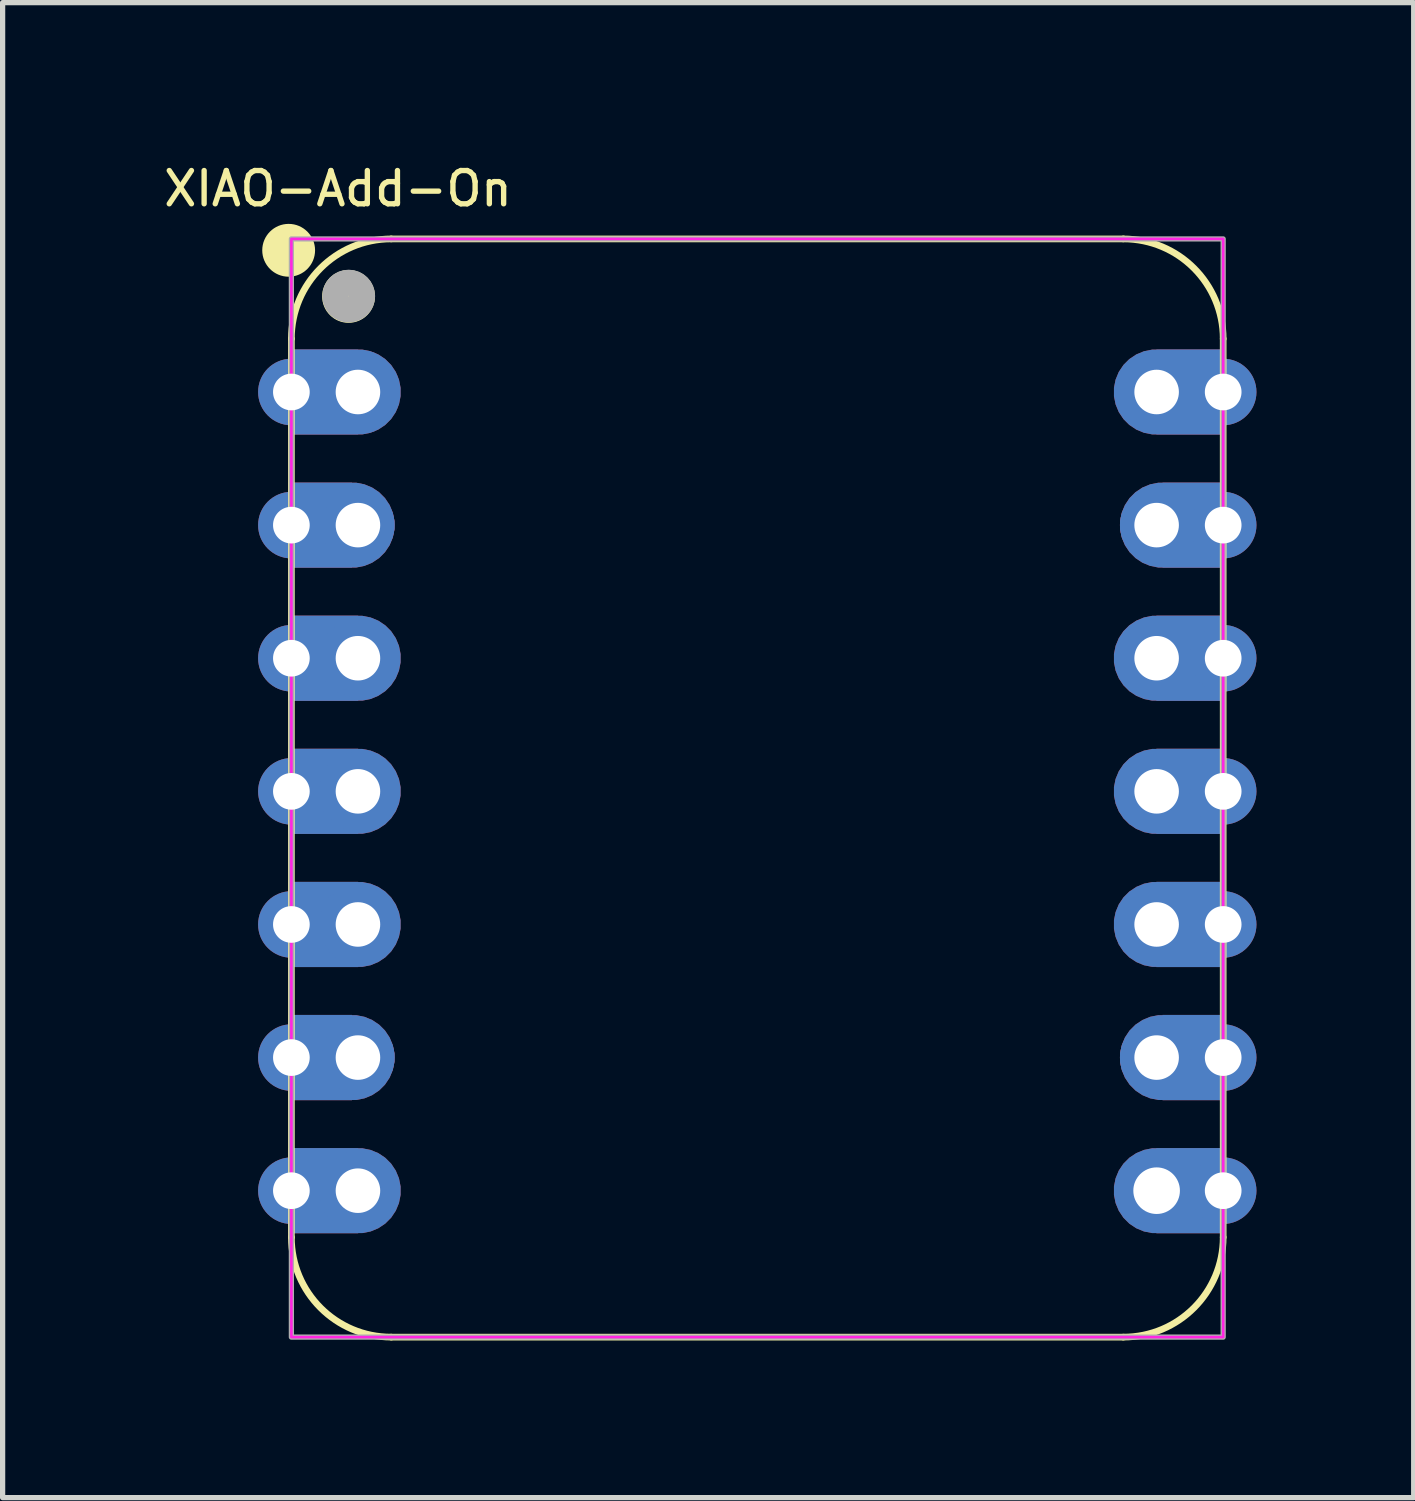
<source format=kicad_pcb>
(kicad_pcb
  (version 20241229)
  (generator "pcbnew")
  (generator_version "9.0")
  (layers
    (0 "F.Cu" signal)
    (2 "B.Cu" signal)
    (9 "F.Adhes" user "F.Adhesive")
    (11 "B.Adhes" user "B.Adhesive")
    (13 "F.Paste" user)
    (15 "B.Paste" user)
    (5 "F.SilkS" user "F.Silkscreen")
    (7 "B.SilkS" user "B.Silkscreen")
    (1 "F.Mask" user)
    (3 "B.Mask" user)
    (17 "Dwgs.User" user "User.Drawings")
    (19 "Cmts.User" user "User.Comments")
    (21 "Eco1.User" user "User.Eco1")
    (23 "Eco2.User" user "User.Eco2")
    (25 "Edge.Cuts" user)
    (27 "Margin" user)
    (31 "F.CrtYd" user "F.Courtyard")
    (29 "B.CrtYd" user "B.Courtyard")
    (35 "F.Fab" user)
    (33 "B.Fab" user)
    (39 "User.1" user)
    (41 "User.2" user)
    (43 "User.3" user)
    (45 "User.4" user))
  (footprint "XIAO-Add-On"
    (layer "F.Cu")
    (at 11.4 12.05)
    (property "Reference" "XIAO-Add-On" (at -8 -11.5 0) (unlocked yes) (layer "F.SilkS") (effects (font (size 0.635 0.635) (thickness 0.102))))
    (attr smd)
    (fp_line (start -8.89 8.509) (end -8.89 -8.636) (stroke (width 0.127) (type solid)) (layer "F.SilkS"))
    (fp_line (start -6.985 10.414) (end 6.985 10.414) (stroke (width 0.127) (type solid)) (layer "F.SilkS"))
    (fp_line (start 6.985 -10.541) (end -6.985 -10.541) (stroke (width 0.127) (type solid)) (layer "F.SilkS"))
    (fp_line (start 8.89 8.509) (end 8.89 -8.636) (stroke (width 0.127) (type solid)) (layer "F.SilkS"))
    (fp_arc (start -8.89 -8.636) (mid -8.332038 -9.983038) (end -6.985 -10.541) (stroke (width 0.127) (type solid)) (layer "F.SilkS"))
    (fp_arc (start -6.985 10.414) (mid -8.332038 9.856038) (end -8.89 8.509) (stroke (width 0.127) (type solid)) (layer "F.SilkS"))
    (fp_arc (start 6.985 -10.541) (mid 8.332038 -9.983038) (end 8.89 -8.636) (stroke (width 0.127) (type solid)) (layer "F.SilkS"))
    (fp_arc (start 8.89 8.509) (mid 8.332038 9.856038) (end 6.985 10.414) (stroke (width 0.127) (type solid)) (layer "F.SilkS"))
    (fp_circle (center -8.942 -10.324) (end -8.942 -10.578) (stroke (width 0.5) (type solid)) (fill yes) (layer "F.SilkS"))
    (fp_circle (center -7.799 -9.444) (end -7.799 -9.698) (stroke (width 0.5) (type solid)) (fill yes) (layer "F.SilkS"))
    (fp_rect (start -8.89 -10.541) (end 8.89 10.414) (stroke (width 0.05) (type default)) (fill no) (layer "F.CrtYd"))
    (fp_rect (start -8.89 -10.541) (end 8.89 10.414) (stroke (width 0.1) (type default)) (fill no) (layer "F.Fab"))
    (fp_circle (center -7.796 -9.45) (end -7.796 -9.704) (stroke (width 0.5) (type solid)) (fill no) (layer "F.Fab"))
    (fp_circle (center -7.62 7.62) (end -7.62 7.493) (stroke (width 0.025) (type default)) (fill no) (layer "User.1"))
    (fp_circle (center 7.62 -7.62) (end 7.62 -7.493) (stroke (width 0.025) (type default)) (fill no) (layer "User.1"))
    (pad "1" thru_hole circle (at -8.89 -7.62 270) (size 1.27 1.27) (drill 0.7) (layers "*.Cu" "*.Mask"))
    (pad "1" smd custom (at -8.278 -7.62 90) (size 1.626 1.325) (layers "F.Cu" "F.Mask" "F.Paste") (options (anchor rect)) (primitives (gr_circle (center 0 0.663) (end 0.813 0.663) (width 0) (fill yes))))
    (pad "1" smd custom (at -8.278 -7.62 90) (size 1.626 1.325) (layers "B.Cu" "B.Mask" "B.Paste") (options (anchor rect)) (primitives (gr_circle (center 0 0.663) (end -0.813 0.663) (width 0) (fill yes))))
    (pad "1" thru_hole roundrect (at -7.62 -7.62) (size 1.5 1.5) (drill 0.85) (layers "*.Cu" "*.Mask") (roundrect_rratio 0.25) (chamfer_ratio 0.293) (chamfer top_left top_right bottom_left bottom_right))
    (pad "2" thru_hole circle (at -8.89 -5.08 270) (size 1.27 1.27) (drill 0.7) (layers "*.Cu" "*.Mask"))
    (pad "2" smd custom (at -8.337 -5.08 90) (size 1.626 1.208) (layers "F.Cu" "F.Mask" "F.Paste") (options (anchor rect)) (primitives (gr_circle (center 0 0.605) (end 0.813 0.605) (width 0) (fill yes))))
    (pad "2" smd custom (at -8.337 -5.08 90) (size 1.626 1.208) (layers "B.Cu" "B.Mask" "B.Paste") (options (anchor rect)) (primitives (gr_circle (center 0 0.605) (end -0.813 0.605) (width 0) (fill yes))))
    (pad "2" thru_hole circle (at -7.62 -5.08) (size 1.4 1.4) (drill 0.85) (layers "*.Cu"))
    (pad "3" thru_hole circle (at -8.89 -2.54 270) (size 1.27 1.27) (drill 0.7) (layers "*.Cu" "*.Mask"))
    (pad "3" smd custom (at -8.278 -2.54 90) (size 1.626 1.325) (layers "F.Cu" "F.Mask" "F.Paste") (options (anchor rect)) (primitives (gr_circle (center 0 0.663) (end 0.813 0.663) (width 0) (fill yes))))
    (pad "3" smd custom (at -8.278 -2.54 90) (size 1.626 1.325) (layers "B.Cu" "B.Mask" "B.Paste") (options (anchor rect)) (primitives (gr_circle (center 0 0.663) (end -0.813 0.663) (width 0) (fill yes))))
    (pad "3" thru_hole circle (at -7.62 -2.54) (size 1.5 1.5) (drill 0.85) (layers "*.Cu" "*.Mask"))
    (pad "4" thru_hole circle (at -8.89 0 270) (size 1.27 1.27) (drill 0.7) (layers "*.Cu" "*.Mask"))
    (pad "4" smd custom (at -8.278 0 90) (size 1.626 1.325) (layers "F.Cu" "F.Mask" "F.Paste") (options (anchor rect)) (primitives (gr_circle (center 0 0.663) (end 0.813 0.663) (width 0) (fill yes))))
    (pad "4" smd custom (at -8.278 0 90) (size 1.626 1.325) (layers "B.Cu" "B.Mask" "B.Paste") (options (anchor rect)) (primitives (gr_circle (center 0 0.663) (end -0.813 0.663) (width 0) (fill yes))))
    (pad "4" thru_hole circle (at -7.62 0) (size 1.5 1.5) (drill 0.85) (layers "*.Cu" "*.Mask"))
    (pad "5" thru_hole circle (at -8.89 2.54 270) (size 1.27 1.27) (drill 0.7) (layers "*.Cu" "*.Mask"))
    (pad "5" smd custom (at -8.278 2.54 90) (size 1.626 1.325) (layers "F.Cu" "F.Mask" "F.Paste") (options (anchor rect)) (primitives (gr_circle (center 0 0.663) (end 0.813 0.663) (width 0) (fill yes))))
    (pad "5" smd custom (at -8.278 2.54 90) (size 1.626 1.325) (layers "B.Cu" "B.Mask" "B.Paste") (options (anchor rect)) (primitives (gr_circle (center 0 0.663) (end -0.813 0.663) (width 0) (fill yes))))
    (pad "5" thru_hole circle (at -7.62 2.54) (size 1.5 1.5) (drill 0.85) (layers "*.Cu" "*.Mask"))
    (pad "6" thru_hole circle (at -8.89 5.08 270) (size 1.27 1.27) (drill 0.7) (layers "*.Cu" "*.Mask"))
    (pad "6" smd custom (at -8.337 5.08 90) (size 1.626 1.208) (layers "F.Cu" "F.Mask" "F.Paste") (options (anchor rect)) (primitives (gr_circle (center 0 0.605) (end 0.813 0.605) (width 0) (fill yes))))
    (pad "6" smd custom (at -8.337 5.08 90) (size 1.626 1.208) (layers "B.Cu" "B.Mask" "B.Paste") (options (anchor rect)) (primitives (gr_circle (center 0 0.605) (end -0.813 0.605) (width 0) (fill yes))))
    (pad "6" thru_hole circle (at -7.62 5.08) (size 1.4 1.4) (drill 0.85) (layers "*.Cu"))
    (pad "7" thru_hole circle (at -8.89 7.62 270) (size 1.27 1.27) (drill 0.7) (layers "*.Cu" "*.Mask"))
    (pad "7" smd custom (at -8.278 7.62 90) (size 1.626 1.325) (layers "F.Cu" "F.Mask" "F.Paste") (options (anchor rect)) (primitives (gr_circle (center 0 0.663) (end 0.813 0.663) (width 0) (fill yes))))
    (pad "7" smd custom (at -8.278 7.62 90) (size 1.626 1.325) (layers "B.Cu" "B.Mask" "B.Paste") (options (anchor rect)) (primitives (gr_circle (center 0 0.663) (end -0.813 0.663) (width 0) (fill yes))))
    (pad "7" thru_hole circle (at -7.62 7.62) (size 1.5 1.5) (drill 0.85) (layers "*.Cu" "*.Mask"))
    (pad "8" thru_hole circle (at 7.62 7.62) (size 1.524 1.524) (drill 0.889) (layers "*.Cu" "*.Mask"))
    (pad "8" smd custom (at 8.278 7.62 270) (size 1.626 1.325) (layers "F.Cu" "F.Mask" "F.Paste") (options (anchor rect)) (primitives (gr_circle (center 0 0.663) (end 0.813 0.663) (width 0) (fill yes))))
    (pad "8" smd custom (at 8.278 7.62 270) (size 1.626 1.325) (layers "B.Cu" "B.Mask" "B.Paste") (options (anchor rect)) (primitives (gr_circle (center 0 0.663) (end -0.813 0.663) (width 0) (fill yes))))
    (pad "8" thru_hole circle (at 8.89 7.62 90) (size 1.27 1.27) (drill 0.7) (layers "*.Cu" "*.Mask"))
    (pad "9" thru_hole circle (at 7.62 5.08 180) (size 1.4 1.4) (drill 0.85) (layers "*.Cu"))
    (pad "9" smd custom (at 8.337 5.08 270) (size 1.626 1.208) (layers "F.Cu" "F.Mask" "F.Paste") (options (anchor rect)) (primitives (gr_circle (center 0 0.605) (end 0.813 0.605) (width 0) (fill yes))))
    (pad "9" smd custom (at 8.337 5.08 270) (size 1.626 1.208) (layers "B.Cu" "B.Mask" "B.Paste") (options (anchor rect)) (primitives (gr_circle (center 0 0.605) (end -0.813 0.605) (width 0) (fill yes))))
    (pad "9" thru_hole circle (at 8.89 5.08 90) (size 1.27 1.27) (drill 0.7) (layers "*.Cu" "*.Mask"))
    (pad "10" thru_hole circle (at 7.62 2.54 180) (size 1.5 1.5) (drill 0.85) (layers "*.Cu" "*.Mask"))
    (pad "10" smd custom (at 8.278 2.54 270) (size 1.626 1.325) (layers "F.Cu" "F.Mask" "F.Paste") (options (anchor rect)) (primitives (gr_circle (center 0 0.663) (end 0.813 0.663) (width 0) (fill yes))))
    (pad "10" smd custom (at 8.278 2.54 270) (size 1.626 1.325) (layers "B.Cu" "B.Mask" "B.Paste") (options (anchor rect)) (primitives (gr_circle (center 0 0.663) (end -0.813 0.663) (width 0) (fill yes))))
    (pad "10" thru_hole circle (at 8.89 2.54 90) (size 1.27 1.27) (drill 0.7) (layers "*.Cu" "*.Mask"))
    (pad "11" thru_hole circle (at 7.62 0 180) (size 1.5 1.5) (drill 0.85) (layers "*.Cu" "*.Mask"))
    (pad "11" smd custom (at 8.278 0 270) (size 1.626 1.325) (layers "F.Cu" "F.Mask" "F.Paste") (options (anchor rect)) (primitives (gr_circle (center 0 0.663) (end 0.813 0.663) (width 0) (fill yes))))
    (pad "11" smd custom (at 8.278 0 270) (size 1.626 1.325) (layers "B.Cu" "B.Mask" "B.Paste") (options (anchor rect)) (primitives (gr_circle (center 0 0.663) (end -0.813 0.663) (width 0) (fill yes))))
    (pad "11" thru_hole circle (at 8.89 0 90) (size 1.27 1.27) (drill 0.7) (layers "*.Cu" "*.Mask"))
    (pad "12" thru_hole circle (at 7.62 -2.54 180) (size 1.5 1.5) (drill 0.85) (layers "*.Cu" "*.Mask"))
    (pad "12" smd custom (at 8.278 -2.54 270) (size 1.626 1.325) (layers "F.Cu" "F.Mask" "F.Paste") (options (anchor rect)) (primitives (gr_circle (center 0 0.663) (end 0.813 0.663) (width 0) (fill yes))))
    (pad "12" smd custom (at 8.278 -2.54 270) (size 1.626 1.325) (layers "B.Cu" "B.Mask" "B.Paste") (options (anchor rect)) (primitives (gr_circle (center 0 0.663) (end -0.813 0.663) (width 0) (fill yes))))
    (pad "12" thru_hole circle (at 8.89 -2.54 90) (size 1.27 1.27) (drill 0.7) (layers "*.Cu" "*.Mask"))
    (pad "13" thru_hole circle (at 7.62 -5.08 180) (size 1.4 1.4) (drill 0.85) (layers "*.Cu"))
    (pad "13" smd custom (at 8.337 -5.08 270) (size 1.626 1.208) (layers "F.Cu" "F.Mask" "F.Paste") (options (anchor rect)) (primitives (gr_circle (center 0 0.605) (end 0.813 0.605) (width 0) (fill yes))))
    (pad "13" smd custom (at 8.337 -5.08 270) (size 1.626 1.208) (layers "B.Cu" "B.Mask" "B.Paste") (options (anchor rect)) (primitives (gr_circle (center 0 0.605) (end -0.813 0.605) (width 0) (fill yes))))
    (pad "13" thru_hole circle (at 8.89 -5.08 90) (size 1.27 1.27) (drill 0.7) (layers "*.Cu" "*.Mask"))
    (pad "14" thru_hole circle (at 7.62 -7.62 180) (size 1.5 1.5) (drill 0.85) (layers "*.Cu" "*.Mask"))
    (pad "14" smd custom (at 8.278 -7.62 270) (size 1.626 1.325) (layers "F.Cu" "F.Mask" "F.Paste") (options (anchor rect)) (primitives (gr_circle (center 0 0.663) (end 0.813 0.663) (width 0) (fill yes))))
    (pad "14" smd custom (at 8.278 -7.62 270) (size 1.626 1.325) (layers "B.Cu" "B.Mask" "B.Paste") (options (anchor rect)) (primitives (gr_circle (center 0 0.663) (end -0.813 0.663) (width 0) (fill yes))))
    (pad "14" thru_hole circle (at 8.89 -7.62 90) (size 1.27 1.27) (drill 0.7) (layers "*.Cu" "*.Mask")))
  (gr_rect
    (start -3 -3)
    (end 23.925 25.527)
    (stroke (width 0.1) (type default))
    (fill no)
    (layer "Edge.Cuts")))
</source>
